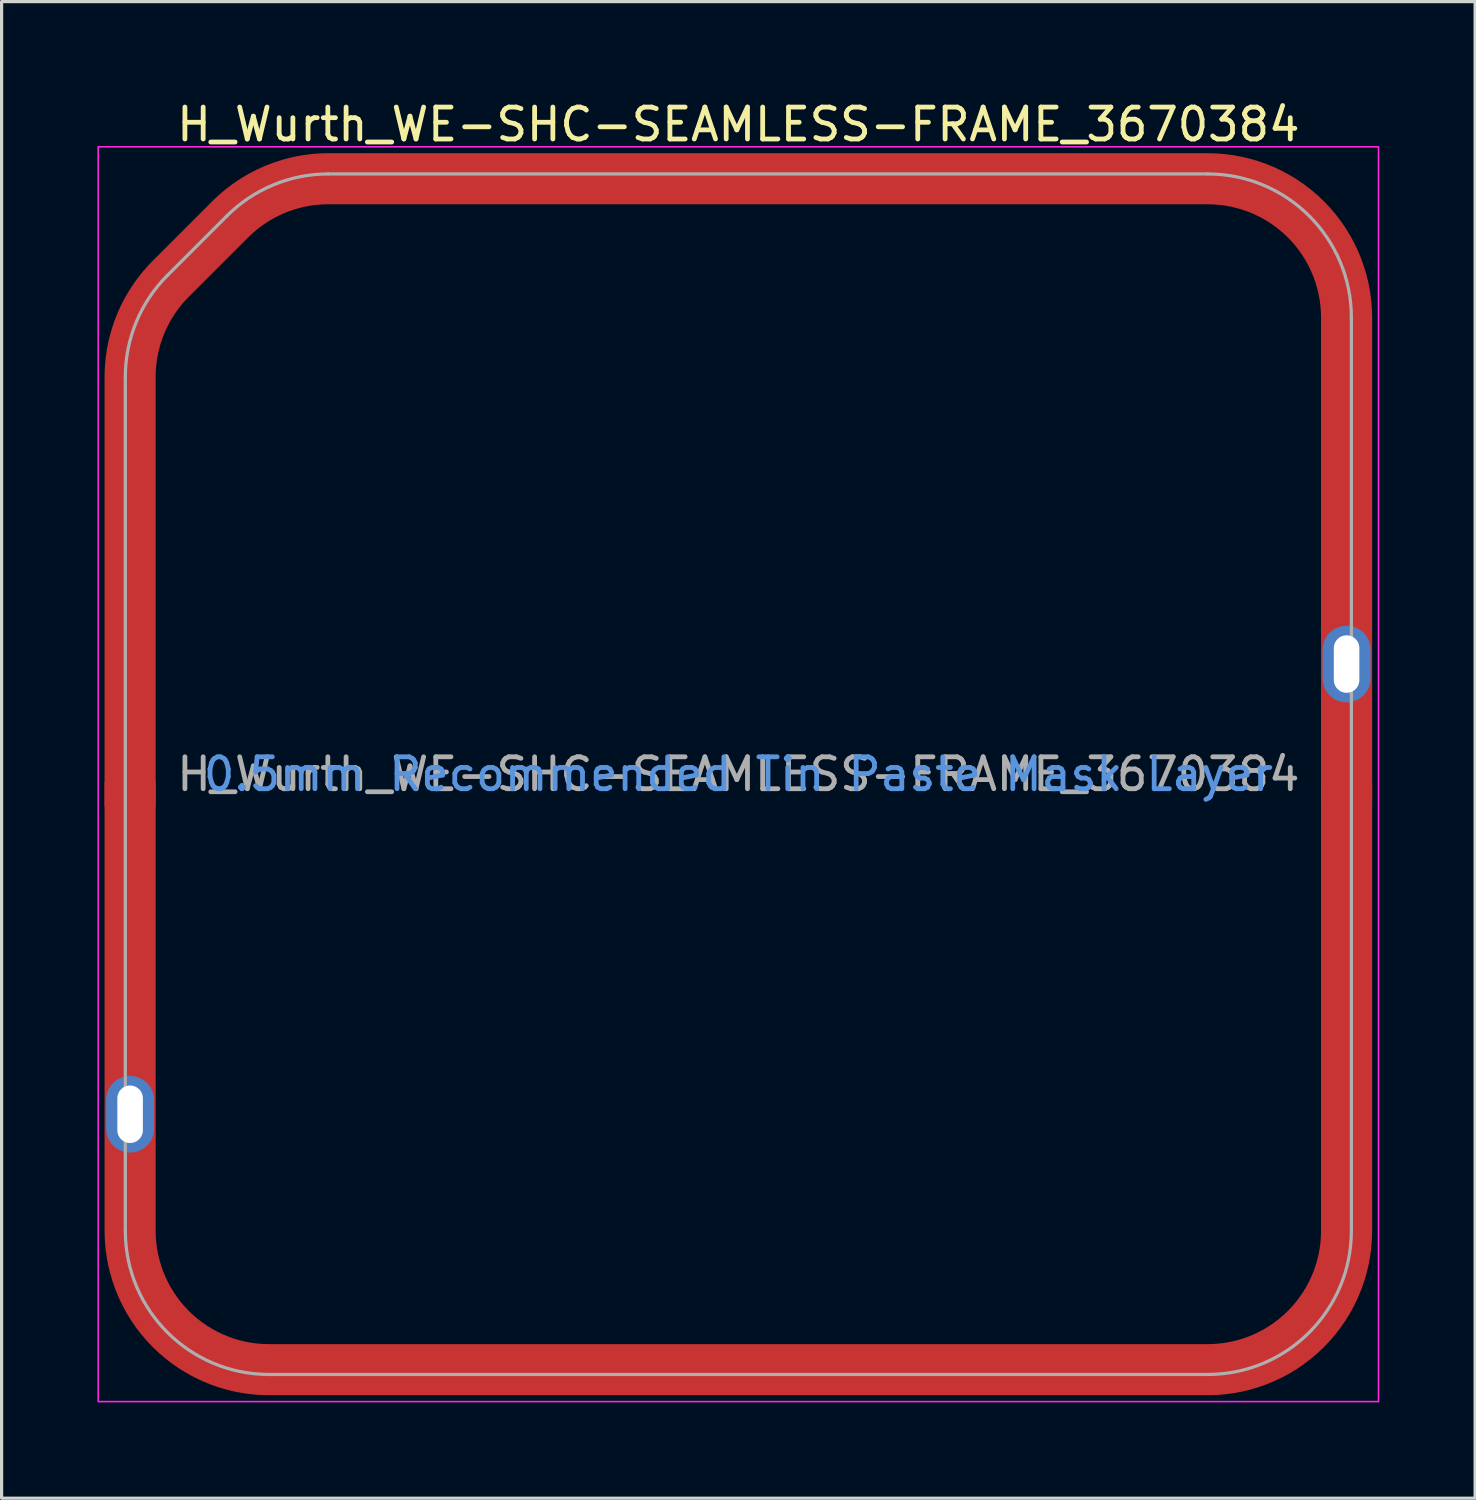
<source format=kicad_pcb>
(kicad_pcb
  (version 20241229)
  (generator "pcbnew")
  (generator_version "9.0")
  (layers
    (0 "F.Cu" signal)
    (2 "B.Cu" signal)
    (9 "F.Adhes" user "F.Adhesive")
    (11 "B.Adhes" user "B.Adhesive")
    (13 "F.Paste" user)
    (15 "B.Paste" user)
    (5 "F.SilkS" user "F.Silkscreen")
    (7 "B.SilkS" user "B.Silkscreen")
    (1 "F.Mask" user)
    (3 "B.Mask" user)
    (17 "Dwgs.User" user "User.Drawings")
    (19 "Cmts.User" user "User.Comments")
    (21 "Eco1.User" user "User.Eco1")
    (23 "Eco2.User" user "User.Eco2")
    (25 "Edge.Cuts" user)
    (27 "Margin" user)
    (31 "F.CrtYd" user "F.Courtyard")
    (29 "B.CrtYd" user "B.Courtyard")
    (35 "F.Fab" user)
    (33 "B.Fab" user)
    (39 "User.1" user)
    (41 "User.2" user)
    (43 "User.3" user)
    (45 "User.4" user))
  (footprint "H_Wurth_WE-SHC-SEAMLESS-FRAME_3670384"
    (layer "F.Cu")
    (at 20.075 21.198)
    (property "Reference" "H_Wurth_WE-SHC-SEAMLESS-FRAME_3670384" (at 0 -20.35 0) (unlocked yes) (layer "F.SilkS") (effects (font (size 1 1) (thickness 0.15))))
    (attr smd)
    (fp_poly (pts (xy 18.3 0.25) (xy 19.8 0.25) (xy 19.8 14.3) (xy 19.793 14.567) (xy 19.772 14.833) (xy 19.737 15.098) (xy 19.689 15.36) (xy 19.626 15.62) (xy 19.55 15.876) (xy 19.461 16.128) (xy 19.359 16.374) (xy 19.244 16.615) (xy 19.117 16.85) (xy 18.977 17.078) (xy 18.826 17.298) (xy 18.663 17.51) (xy 18.49 17.713) (xy 18.306 17.906) (xy 18.113 18.09) (xy 17.91 18.263) (xy 17.698 18.426) (xy 17.478 18.577) (xy 17.25 18.717) (xy 17.015 18.844) (xy 16.774 18.959) (xy 16.528 19.061) (xy 16.276 19.15) (xy 16.02 19.226) (xy 15.76 19.289) (xy 15.498 19.337) (xy 15.233 19.372) (xy 14.967 19.393) (xy 14.7 19.4) (xy -14.7 19.4) (xy -14.967 19.393) (xy -15.233 19.372) (xy -15.498 19.337) (xy -15.76 19.289) (xy -16.02 19.226) (xy -16.276 19.15) (xy -16.528 19.061) (xy -16.774 18.959) (xy -17.015 18.844) (xy -17.25 18.717) (xy -17.478 18.577) (xy -17.698 18.426) (xy -17.91 18.263) (xy -18.113 18.09) (xy -18.306 17.906) (xy -18.49 17.713) (xy -18.663 17.51) (xy -18.826 17.298) (xy -18.977 17.078) (xy -19.117 16.85) (xy -19.244 16.615) (xy -19.359 16.374) (xy -19.461 16.128) (xy -19.55 15.876) (xy -19.626 15.62) (xy -19.689 15.36) (xy -19.737 15.098) (xy -19.772 14.833) (xy -19.793 14.567) (xy -19.8 14.3) (xy -19.8 0.25) (xy -18.3 0.25) (xy -18.3 14.3) (xy -18.295 14.488) (xy -18.28 14.676) (xy -18.256 14.863) (xy -18.221 15.048) (xy -18.177 15.232) (xy -18.124 15.412) (xy -18.061 15.59) (xy -17.989 15.764) (xy -17.908 15.934) (xy -17.818 16.1) (xy -17.719 16.261) (xy -17.612 16.416) (xy -17.498 16.566) (xy -17.375 16.709) (xy -17.246 16.846) (xy -17.109 16.975) (xy -16.966 17.098) (xy -16.816 17.212) (xy -16.661 17.319) (xy -16.5 17.418) (xy -16.334 17.508) (xy -16.164 17.589) (xy -15.99 17.661) (xy -15.812 17.724) (xy -15.632 17.777) (xy -15.448 17.821) (xy -15.263 17.856) (xy -15.076 17.88) (xy -14.888 17.895) (xy -14.7 17.9) (xy 14.7 17.9) (xy 14.888 17.895) (xy 15.076 17.88) (xy 15.263 17.856) (xy 15.448 17.821) (xy 15.632 17.777) (xy 15.812 17.724) (xy 15.99 17.661) (xy 16.164 17.589) (xy 16.334 17.508) (xy 16.5 17.418) (xy 16.661 17.319) (xy 16.816 17.212) (xy 16.966 17.098) (xy 17.109 16.975) (xy 17.246 16.846) (xy 17.375 16.709) (xy 17.498 16.566) (xy 17.612 16.416) (xy 17.719 16.261) (xy 17.818 16.1) (xy 17.908 15.934) (xy 17.989 15.764) (xy 18.061 15.59) (xy 18.124 15.412) (xy 18.177 15.232) (xy 18.221 15.048) (xy 18.256 14.863) (xy 18.28 14.676) (xy 18.295 14.488) (xy 18.3 14.3) (xy 18.3 0.25)) (stroke (width 0.1) (type solid)) (fill yes) (layer "F.Cu"))
    (fp_poly (pts (xy 18.3 0.25) (xy 19.8 0.25) (xy 19.8 14.3) (xy 19.793 14.567) (xy 19.772 14.833) (xy 19.737 15.098) (xy 19.689 15.36) (xy 19.626 15.62) (xy 19.55 15.876) (xy 19.461 16.128) (xy 19.359 16.374) (xy 19.244 16.615) (xy 19.117 16.85) (xy 18.977 17.078) (xy 18.826 17.298) (xy 18.663 17.51) (xy 18.49 17.713) (xy 18.306 17.906) (xy 18.113 18.09) (xy 17.91 18.263) (xy 17.698 18.426) (xy 17.478 18.577) (xy 17.25 18.717) (xy 17.015 18.844) (xy 16.774 18.959) (xy 16.528 19.061) (xy 16.276 19.15) (xy 16.02 19.226) (xy 15.76 19.289) (xy 15.498 19.337) (xy 15.233 19.372) (xy 14.967 19.393) (xy 14.7 19.4) (xy -14.7 19.4) (xy -14.967 19.393) (xy -15.233 19.372) (xy -15.498 19.337) (xy -15.76 19.289) (xy -16.02 19.226) (xy -16.276 19.15) (xy -16.528 19.061) (xy -16.774 18.959) (xy -17.015 18.844) (xy -17.25 18.717) (xy -17.478 18.577) (xy -17.698 18.426) (xy -17.91 18.263) (xy -18.113 18.09) (xy -18.306 17.906) (xy -18.49 17.713) (xy -18.663 17.51) (xy -18.826 17.298) (xy -18.977 17.078) (xy -19.117 16.85) (xy -19.244 16.615) (xy -19.359 16.374) (xy -19.461 16.128) (xy -19.55 15.876) (xy -19.626 15.62) (xy -19.689 15.36) (xy -19.737 15.098) (xy -19.772 14.833) (xy -19.793 14.567) (xy -19.8 14.3) (xy -19.8 0.25) (xy -18.3 0.25) (xy -18.3 14.3) (xy -18.295 14.488) (xy -18.28 14.676) (xy -18.256 14.863) (xy -18.221 15.048) (xy -18.177 15.232) (xy -18.124 15.412) (xy -18.061 15.59) (xy -17.989 15.764) (xy -17.908 15.934) (xy -17.818 16.1) (xy -17.719 16.261) (xy -17.612 16.416) (xy -17.498 16.566) (xy -17.375 16.709) (xy -17.246 16.846) (xy -17.109 16.975) (xy -16.966 17.098) (xy -16.816 17.212) (xy -16.661 17.319) (xy -16.5 17.418) (xy -16.334 17.508) (xy -16.164 17.589) (xy -15.99 17.661) (xy -15.812 17.724) (xy -15.632 17.777) (xy -15.448 17.821) (xy -15.263 17.856) (xy -15.076 17.88) (xy -14.888 17.895) (xy -14.7 17.9) (xy 14.7 17.9) (xy 14.888 17.895) (xy 15.076 17.88) (xy 15.263 17.856) (xy 15.448 17.821) (xy 15.632 17.777) (xy 15.812 17.724) (xy 15.99 17.661) (xy 16.164 17.589) (xy 16.334 17.508) (xy 16.5 17.418) (xy 16.661 17.319) (xy 16.816 17.212) (xy 16.966 17.098) (xy 17.109 16.975) (xy 17.246 16.846) (xy 17.375 16.709) (xy 17.498 16.566) (xy 17.612 16.416) (xy 17.719 16.261) (xy 17.818 16.1) (xy 17.908 15.934) (xy 17.989 15.764) (xy 18.061 15.59) (xy 18.124 15.412) (xy 18.177 15.232) (xy 18.221 15.048) (xy 18.256 14.863) (xy 18.28 14.676) (xy 18.295 14.488) (xy 18.3 14.3) (xy 18.3 0.25)) (stroke (width 0.1) (type solid)) (fill yes) (layer "F.Mask"))
    (fp_poly (pts (xy 18.3 0.25) (xy 19.8 0.25) (xy 19.8 14.3) (xy 19.793 14.567) (xy 19.772 14.833) (xy 19.737 15.098) (xy 19.689 15.36) (xy 19.626 15.62) (xy 19.55 15.876) (xy 19.461 16.128) (xy 19.359 16.374) (xy 19.244 16.615) (xy 19.117 16.85) (xy 18.977 17.078) (xy 18.826 17.298) (xy 18.663 17.51) (xy 18.49 17.713) (xy 18.306 17.906) (xy 18.113 18.09) (xy 17.91 18.263) (xy 17.698 18.426) (xy 17.478 18.577) (xy 17.25 18.717) (xy 17.015 18.844) (xy 16.774 18.959) (xy 16.528 19.061) (xy 16.276 19.15) (xy 16.02 19.226) (xy 15.76 19.289) (xy 15.498 19.337) (xy 15.233 19.372) (xy 14.967 19.393) (xy 14.7 19.4) (xy -14.7 19.4) (xy -14.967 19.393) (xy -15.233 19.372) (xy -15.498 19.337) (xy -15.76 19.289) (xy -16.02 19.226) (xy -16.276 19.15) (xy -16.528 19.061) (xy -16.774 18.959) (xy -17.015 18.844) (xy -17.25 18.717) (xy -17.478 18.577) (xy -17.698 18.426) (xy -17.91 18.263) (xy -18.113 18.09) (xy -18.306 17.906) (xy -18.49 17.713) (xy -18.663 17.51) (xy -18.826 17.298) (xy -18.977 17.078) (xy -19.117 16.85) (xy -19.244 16.615) (xy -19.359 16.374) (xy -19.461 16.128) (xy -19.55 15.876) (xy -19.626 15.62) (xy -19.689 15.36) (xy -19.737 15.098) (xy -19.772 14.833) (xy -19.793 14.567) (xy -19.8 14.3) (xy -19.8 0.25) (xy -18.3 0.25) (xy -18.3 14.3) (xy -18.295 14.488) (xy -18.28 14.676) (xy -18.256 14.863) (xy -18.221 15.048) (xy -18.177 15.232) (xy -18.124 15.412) (xy -18.061 15.59) (xy -17.989 15.764) (xy -17.908 15.934) (xy -17.818 16.1) (xy -17.719 16.261) (xy -17.612 16.416) (xy -17.498 16.566) (xy -17.375 16.709) (xy -17.246 16.846) (xy -17.109 16.975) (xy -16.966 17.098) (xy -16.816 17.212) (xy -16.661 17.319) (xy -16.5 17.418) (xy -16.334 17.508) (xy -16.164 17.589) (xy -15.99 17.661) (xy -15.812 17.724) (xy -15.632 17.777) (xy -15.448 17.821) (xy -15.263 17.856) (xy -15.076 17.88) (xy -14.888 17.895) (xy -14.7 17.9) (xy 14.7 17.9) (xy 14.888 17.895) (xy 15.076 17.88) (xy 15.263 17.856) (xy 15.448 17.821) (xy 15.632 17.777) (xy 15.812 17.724) (xy 15.99 17.661) (xy 16.164 17.589) (xy 16.334 17.508) (xy 16.5 17.418) (xy 16.661 17.319) (xy 16.816 17.212) (xy 16.966 17.098) (xy 17.109 16.975) (xy 17.246 16.846) (xy 17.375 16.709) (xy 17.498 16.566) (xy 17.612 16.416) (xy 17.719 16.261) (xy 17.818 16.1) (xy 17.908 15.934) (xy 17.989 15.764) (xy 18.061 15.59) (xy 18.124 15.412) (xy 18.177 15.232) (xy 18.221 15.048) (xy 18.256 14.863) (xy 18.28 14.676) (xy 18.295 14.488) (xy 18.3 14.3) (xy 18.3 0.25)) (stroke (width 0.1) (type solid)) (fill yes) (layer "F.Paste"))
    (fp_rect (start -20.05 -19.65) (end 20.05 19.65) (stroke (width 0.05) (type solid)) (fill no) (layer "F.CrtYd"))
    (fp_line (start -19.2 14.3) (end -19.2 -12.44) (stroke (width 0.1) (type solid)) (layer "F.Fab"))
    (fp_line (start -17.882 -15.622) (end -16.015 -17.489) (stroke (width 0.1) (type solid)) (layer "F.Fab"))
    (fp_line (start -14.7 18.8) (end 14.7 18.8) (stroke (width 0.1) (type solid)) (layer "F.Fab"))
    (fp_line (start -12.84 -18.8) (end 14.7 -18.8) (stroke (width 0.1) (type solid)) (layer "F.Fab"))
    (fp_line (start 19.2 14.3) (end 19.2 -14.3) (stroke (width 0.1) (type solid)) (layer "F.Fab"))
    (fp_arc (start -19.2 -12.44) (mid -18.857469 -14.162083) (end -17.882 -15.622) (stroke (width 0.1) (type default)) (layer "F.Fab"))
    (fp_arc (start -16.015 -17.489) (mid -14.557888 -18.460273) (end -12.840001 -18.8) (stroke (width 0.1) (type default)) (layer "F.Fab"))
    (fp_arc (start -14.7 18.8) (mid -17.881981 17.481981) (end -19.2 14.3) (stroke (width 0.1) (type default)) (layer "F.Fab"))
    (fp_arc (start 14.7 -18.8) (mid 17.881981 -17.481981) (end 19.2 -14.3) (stroke (width 0.1) (type default)) (layer "F.Fab"))
    (fp_arc (start 19.2 14.3) (mid 17.881981 17.481981) (end 14.7 18.8) (stroke (width 0.1) (type default)) (layer "F.Fab"))
    (fp_text user "0.5mm Recommended Tin Paste Mask Layer" (at 0 0 0) (unlocked yes) (layer "Cmts.User") (effects (font (size 1 1) (thickness 0.15))))
    (fp_text user "${REFERENCE}" (at 0 0 0) (unlocked yes) (layer "F.Fab") (effects (font (size 1 1) (thickness 0.15))))
    (pad "1" thru_hole oval (at -19.05 10.65) (size 1.5 2.4) (drill oval 0.8 1.8) (layers "*.Cu" "*.Mask"))
    (pad "1" smd custom (at 0 -18.65) (size 26 1.5) (layers "F.Cu" "F.Mask" "F.Paste") (options (anchor rect)) (primitives (gr_poly (pts (xy -18.3 19.65) (xy -19.8 19.65) (xy -19.8 6.21) (xy -19.798 6.079) (xy -19.793 5.945) (xy -19.784 5.812) (xy -19.772 5.679) (xy -19.756 5.547) (xy -19.737 5.414) (xy -19.715 5.283) (xy -19.689 5.152) (xy -19.659 5.022) (xy -19.626 4.892) (xy -19.59 4.764) (xy -19.55 4.636) (xy -19.508 4.51) (xy -19.461 4.385) (xy -19.412 4.261) (xy -19.359 4.138) (xy -19.303 4.017) (xy -19.244 3.897) (xy -19.182 3.779) (xy -19.117 3.663) (xy -19.049 3.548) (xy -18.977 3.435) (xy -18.903 3.324) (xy -18.826 3.215) (xy -18.746 3.108) (xy -18.664 3.003) (xy -18.578 2.901) (xy -18.49 2.8) (xy -18.4 2.702) (xy -18.31 2.61) (xy -16.44 0.74) (xy -16.348 0.65) (xy -16.25 0.56) (xy -16.149 0.472) (xy -16.047 0.386) (xy -15.942 0.304) (xy -15.835 0.224) (xy -15.726 0.147) (xy -15.615 0.073) (xy -15.502 0.001) (xy -15.387 -0.067) (xy -15.271 -0.132) (xy -15.153 -0.194) (xy -15.033 -0.253) (xy -14.912 -0.309) (xy -14.789 -0.362) (xy -14.665 -0.411) (xy -14.54 -0.458) (xy -14.414 -0.5) (xy -14.286 -0.54) (xy -14.158 -0.576) (xy -14.028 -0.609) (xy -13.898 -0.639) (xy -13.767 -0.665) (xy -13.636 -0.687) (xy -13.503 -0.706) (xy -13.371 -0.722) (xy -13.238 -0.734) (xy -13.105 -0.743) (xy -12.971 -0.748) (xy -12.84 -0.75) (xy 14.7 -0.75) (xy 14.967 -0.743) (xy 15.233 -0.722) (xy 15.498 -0.687) (xy 15.76 -0.639) (xy 16.02 -0.576) (xy 16.276 -0.5) (xy 16.528 -0.411) (xy 16.774 -0.309) (xy 17.015 -0.194) (xy 17.25 -0.067) (xy 17.478 0.073) (xy 17.698 0.224) (xy 17.91 0.387) (xy 18.113 0.56) (xy 18.306 0.744) (xy 18.49 0.937) (xy 18.663 1.14) (xy 18.826 1.352) (xy 18.977 1.572) (xy 19.117 1.8) (xy 19.244 2.035) (xy 19.359 2.276) (xy 19.461 2.522) (xy 19.55 2.774) (xy 19.626 3.03) (xy 19.689 3.29) (xy 19.737 3.552) (xy 19.772 3.817) (xy 19.793 4.083) (xy 19.8 4.35) (xy 19.8 19.65) (xy 18.3 19.65) (xy 18.3 4.35) (xy 18.295 4.162) (xy 18.28 3.974) (xy 18.256 3.787) (xy 18.221 3.602) (xy 18.177 3.418) (xy 18.124 3.238) (xy 18.061 3.06) (xy 17.989 2.886) (xy 17.908 2.716) (xy 17.818 2.55) (xy 17.719 2.389) (xy 17.612 2.234) (xy 17.498 2.084) (xy 17.375 1.941) (xy 17.246 1.804) (xy 17.109 1.675) (xy 16.966 1.552) (xy 16.816 1.438) (xy 16.661 1.331) (xy 16.5 1.232) (xy 16.334 1.142) (xy 16.164 1.061) (xy 15.99 0.989) (xy 15.812 0.926) (xy 15.632 0.873) (xy 15.448 0.829) (xy 15.263 0.794) (xy 15.076 0.77) (xy 14.888 0.755) (xy 14.7 0.75) (xy -12.84 0.75) (xy -12.938 0.751) (xy -13.032 0.755) (xy -13.126 0.761) (xy -13.22 0.77) (xy -13.314 0.781) (xy -13.407 0.794) (xy -13.5 0.81) (xy -13.592 0.829) (xy -13.684 0.849) (xy -13.776 0.873) (xy -13.866 0.898) (xy -13.956 0.926) (xy -14.046 0.957) (xy -14.134 0.989) (xy -14.221 1.024) (xy -14.308 1.061) (xy -14.394 1.101) (xy -14.478 1.142) (xy -14.562 1.186) (xy -14.644 1.232) (xy -14.725 1.281) (xy -14.805 1.331) (xy -14.883 1.383) (xy -14.96 1.438) (xy -15.035 1.494) (xy -15.109 1.552) (xy -15.182 1.613) (xy -15.253 1.675) (xy -15.322 1.739) (xy -15.385 1.8) (xy -17.25 3.665) (xy -17.311 3.728) (xy -17.375 3.797) (xy -17.437 3.868) (xy -17.498 3.941) (xy -17.556 4.015) (xy -17.612 4.09) (xy -17.667 4.167) (xy -17.719 4.245) (xy -17.769 4.325) (xy -17.818 4.406) (xy -17.864 4.488) (xy -17.908 4.572) (xy -17.949 4.656) (xy -17.989 4.742) (xy -18.026 4.829) (xy -18.061 4.916) (xy -18.093 5.004) (xy -18.124 5.094) (xy -18.152 5.184) (xy -18.177 5.274) (xy -18.201 5.366) (xy -18.221 5.458) (xy -18.24 5.55) (xy -18.256 5.643) (xy -18.269 5.736) (xy -18.28 5.83) (xy -18.289 5.924) (xy -18.295 6.018) (xy -18.299 6.112) (xy -18.3 6.21) (xy -18.3 19.65)) (width 0.1) (fill yes))))
    (pad "1" thru_hole oval (at 19.05 -3.45) (size 1.5 2.4) (drill oval 0.8 1.8) (layers "*.Cu" "*.Mask")))
  (gr_rect
    (start -3 -3)
    (end 43.15 43.873)
    (stroke (width 0.1) (type default))
    (fill no)
    (layer "Edge.Cuts")))
</source>
